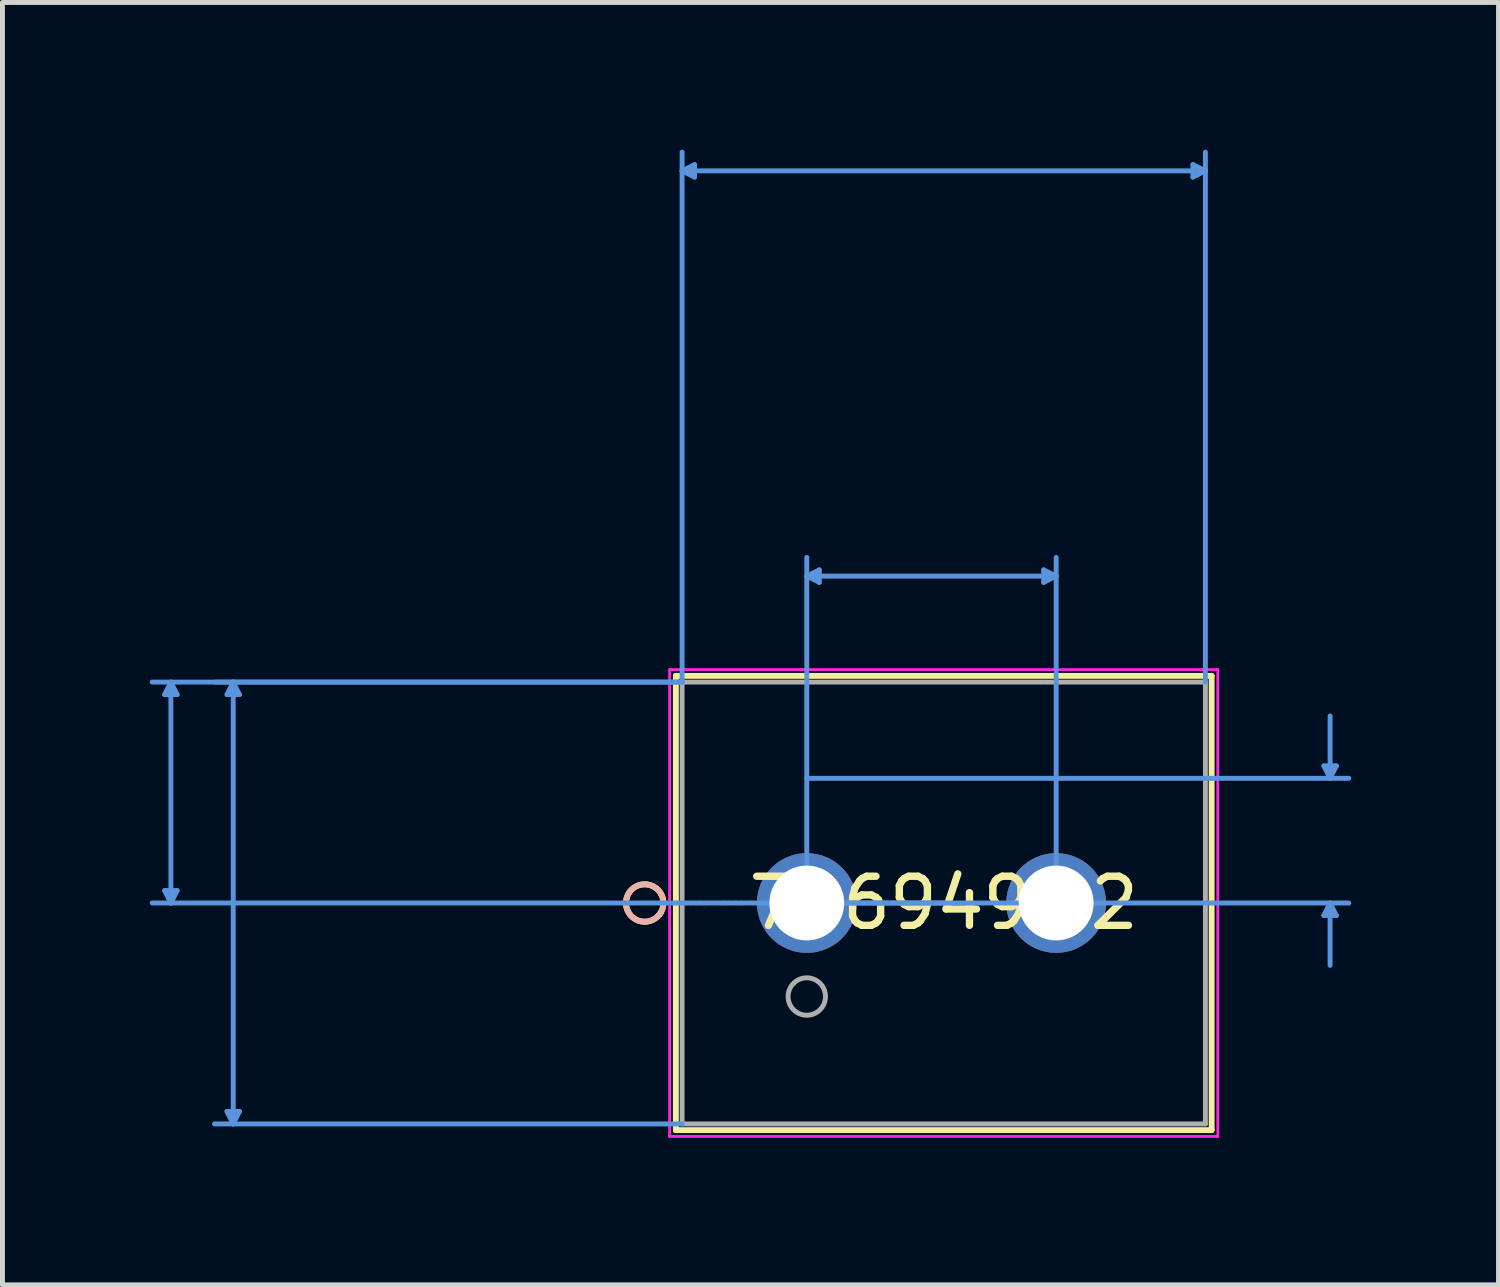
<source format=kicad_pcb>
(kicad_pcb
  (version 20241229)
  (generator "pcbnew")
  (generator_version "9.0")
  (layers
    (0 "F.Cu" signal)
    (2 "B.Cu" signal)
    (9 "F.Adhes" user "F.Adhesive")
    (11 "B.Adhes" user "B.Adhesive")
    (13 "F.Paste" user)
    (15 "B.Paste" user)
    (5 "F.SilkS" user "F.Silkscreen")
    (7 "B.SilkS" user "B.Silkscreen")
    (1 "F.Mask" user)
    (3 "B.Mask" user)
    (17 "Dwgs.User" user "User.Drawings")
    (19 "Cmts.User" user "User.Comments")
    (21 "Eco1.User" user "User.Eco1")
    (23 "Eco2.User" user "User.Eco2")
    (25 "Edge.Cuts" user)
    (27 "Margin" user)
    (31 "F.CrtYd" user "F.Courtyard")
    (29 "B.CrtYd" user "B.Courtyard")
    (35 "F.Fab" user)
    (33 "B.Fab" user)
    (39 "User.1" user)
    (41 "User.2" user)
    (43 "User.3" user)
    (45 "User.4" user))
  (footprint "796949-2"
    (layer "F.Cu")
    (at 13.385 15.345)
    (property "Reference" "796949-2" (at 2.79 0 0) (layer "F.SilkS") (effects (font (size 1 1) (thickness 0.15))))
    (attr through_hole)
    (fp_line (start -2.667 -4.627) (end -2.667 4.627) (stroke (width 0.12) (type solid)) (layer "F.SilkS"))
    (fp_line (start -2.667 4.627) (end 8.247 4.627) (stroke (width 0.12) (type solid)) (layer "F.SilkS"))
    (fp_line (start 8.247 -4.627) (end -2.667 -4.627) (stroke (width 0.12) (type solid)) (layer "F.SilkS"))
    (fp_line (start 8.247 4.627) (end 8.247 -4.627) (stroke (width 0.12) (type solid)) (layer "F.SilkS"))
    (fp_circle (center -3.302 0) (end -2.921 0) (stroke (width 0.12) (type solid)) (fill no) (layer "F.SilkS"))
    (fp_circle (center -3.302 0) (end -2.921 0) (stroke (width 0.12) (type solid)) (fill no) (layer "B.SilkS"))
    (fp_line (start -13.081 -4.246) (end -12.827 -4.246) (stroke (width 0.1) (type solid)) (layer "Cmts.User"))
    (fp_line (start -13.081 -0.254) (end -12.827 -0.254) (stroke (width 0.1) (type solid)) (layer "Cmts.User"))
    (fp_line (start -12.954 -4.5) (end -13.081 -4.246) (stroke (width 0.1) (type solid)) (layer "Cmts.User"))
    (fp_line (start -12.954 -4.5) (end -12.954 0) (stroke (width 0.1) (type solid)) (layer "Cmts.User"))
    (fp_line (start -12.954 -4.5) (end -12.827 -4.246) (stroke (width 0.1) (type solid)) (layer "Cmts.User"))
    (fp_line (start -12.954 0) (end -13.081 -0.254) (stroke (width 0.1) (type solid)) (layer "Cmts.User"))
    (fp_line (start -12.954 0) (end -12.827 -0.254) (stroke (width 0.1) (type solid)) (layer "Cmts.User"))
    (fp_line (start -11.811 -4.246) (end -11.557 -4.246) (stroke (width 0.1) (type solid)) (layer "Cmts.User"))
    (fp_line (start -11.811 4.246) (end -11.557 4.246) (stroke (width 0.1) (type solid)) (layer "Cmts.User"))
    (fp_line (start -11.684 -4.5) (end -11.811 -4.246) (stroke (width 0.1) (type solid)) (layer "Cmts.User"))
    (fp_line (start -11.684 -4.5) (end -11.684 4.5) (stroke (width 0.1) (type solid)) (layer "Cmts.User"))
    (fp_line (start -11.684 -4.5) (end -11.557 -4.246) (stroke (width 0.1) (type solid)) (layer "Cmts.User"))
    (fp_line (start -11.684 4.5) (end -11.811 4.246) (stroke (width 0.1) (type solid)) (layer "Cmts.User"))
    (fp_line (start -11.684 4.5) (end -11.557 4.246) (stroke (width 0.1) (type solid)) (layer "Cmts.User"))
    (fp_line (start -2.54 -14.914) (end -2.286 -15.041) (stroke (width 0.1) (type solid)) (layer "Cmts.User"))
    (fp_line (start -2.54 -14.914) (end -2.286 -14.787) (stroke (width 0.1) (type solid)) (layer "Cmts.User"))
    (fp_line (start -2.54 -14.914) (end 8.12 -14.914) (stroke (width 0.1) (type solid)) (layer "Cmts.User"))
    (fp_line (start -2.54 -4.5) (end -13.335 -4.5) (stroke (width 0.1) (type solid)) (layer "Cmts.User"))
    (fp_line (start -2.54 -4.5) (end -12.065 -4.5) (stroke (width 0.1) (type solid)) (layer "Cmts.User"))
    (fp_line (start -2.54 -4.5) (end -2.54 -15.295) (stroke (width 0.1) (type solid)) (layer "Cmts.User"))
    (fp_line (start -2.54 4.5) (end -12.065 4.5) (stroke (width 0.1) (type solid)) (layer "Cmts.User"))
    (fp_line (start -2.286 -15.041) (end -2.286 -14.787) (stroke (width 0.1) (type solid)) (layer "Cmts.User"))
    (fp_line (start 0 -6.659) (end 0.254 -6.786) (stroke (width 0.1) (type solid)) (layer "Cmts.User"))
    (fp_line (start 0 -6.659) (end 0.254 -6.532) (stroke (width 0.1) (type solid)) (layer "Cmts.User"))
    (fp_line (start 0 -6.659) (end 5.08 -6.659) (stroke (width 0.1) (type solid)) (layer "Cmts.User"))
    (fp_line (start 0 -2.54) (end 11.041 -2.54) (stroke (width 0.1) (type solid)) (layer "Cmts.User"))
    (fp_line (start 0 0) (end 0 -7.04) (stroke (width 0.1) (type solid)) (layer "Cmts.User"))
    (fp_line (start 0 0) (end 11.041 0) (stroke (width 0.1) (type solid)) (layer "Cmts.User"))
    (fp_line (start 0.254 -6.786) (end 0.254 -6.532) (stroke (width 0.1) (type solid)) (layer "Cmts.User"))
    (fp_line (start 2.79 0) (end -13.335 0) (stroke (width 0.1) (type solid)) (layer "Cmts.User"))
    (fp_line (start 4.826 -6.786) (end 4.826 -6.532) (stroke (width 0.1) (type solid)) (layer "Cmts.User"))
    (fp_line (start 5.08 -6.659) (end 4.826 -6.786) (stroke (width 0.1) (type solid)) (layer "Cmts.User"))
    (fp_line (start 5.08 -6.659) (end 4.826 -6.532) (stroke (width 0.1) (type solid)) (layer "Cmts.User"))
    (fp_line (start 5.08 0) (end 5.08 -7.04) (stroke (width 0.1) (type solid)) (layer "Cmts.User"))
    (fp_line (start 7.866 -15.041) (end 7.866 -14.787) (stroke (width 0.1) (type solid)) (layer "Cmts.User"))
    (fp_line (start 8.12 -14.914) (end 7.866 -15.041) (stroke (width 0.1) (type solid)) (layer "Cmts.User"))
    (fp_line (start 8.12 -14.914) (end 7.866 -14.787) (stroke (width 0.1) (type solid)) (layer "Cmts.User"))
    (fp_line (start 8.12 -4.5) (end 8.12 -15.295) (stroke (width 0.1) (type solid)) (layer "Cmts.User"))
    (fp_line (start 10.533 -2.794) (end 10.787 -2.794) (stroke (width 0.1) (type solid)) (layer "Cmts.User"))
    (fp_line (start 10.533 0.254) (end 10.787 0.254) (stroke (width 0.1) (type solid)) (layer "Cmts.User"))
    (fp_line (start 10.66 -2.54) (end 10.533 -2.794) (stroke (width 0.1) (type solid)) (layer "Cmts.User"))
    (fp_line (start 10.66 -2.54) (end 10.66 -3.81) (stroke (width 0.1) (type solid)) (layer "Cmts.User"))
    (fp_line (start 10.66 -2.54) (end 10.787 -2.794) (stroke (width 0.1) (type solid)) (layer "Cmts.User"))
    (fp_line (start 10.66 0) (end 10.533 0.254) (stroke (width 0.1) (type solid)) (layer "Cmts.User"))
    (fp_line (start 10.66 0) (end 10.66 1.27) (stroke (width 0.1) (type solid)) (layer "Cmts.User"))
    (fp_line (start 10.66 0) (end 10.787 0.254) (stroke (width 0.1) (type solid)) (layer "Cmts.User"))
    (fp_line (start -2.794 -4.754) (end -2.794 4.754) (stroke (width 0.05) (type solid)) (layer "F.CrtYd"))
    (fp_line (start -2.794 -4.754) (end -2.794 4.754) (stroke (width 0.05) (type solid)) (layer "F.CrtYd"))
    (fp_line (start -2.794 4.754) (end 8.374 4.754) (stroke (width 0.05) (type solid)) (layer "F.CrtYd"))
    (fp_line (start -2.794 4.754) (end 8.374 4.754) (stroke (width 0.05) (type solid)) (layer "F.CrtYd"))
    (fp_line (start 8.374 -4.754) (end -2.794 -4.754) (stroke (width 0.05) (type solid)) (layer "F.CrtYd"))
    (fp_line (start 8.374 -4.754) (end -2.794 -4.754) (stroke (width 0.05) (type solid)) (layer "F.CrtYd"))
    (fp_line (start 8.374 4.754) (end 8.374 -4.754) (stroke (width 0.05) (type solid)) (layer "F.CrtYd"))
    (fp_line (start 8.374 4.754) (end 8.374 -4.754) (stroke (width 0.05) (type solid)) (layer "F.CrtYd"))
    (fp_line (start -2.54 -4.5) (end -2.54 4.5) (stroke (width 0.1) (type solid)) (layer "F.Fab"))
    (fp_line (start -2.54 4.5) (end 8.12 4.5) (stroke (width 0.1) (type solid)) (layer "F.Fab"))
    (fp_line (start 8.12 -4.5) (end -2.54 -4.5) (stroke (width 0.1) (type solid)) (layer "F.Fab"))
    (fp_line (start 8.12 4.5) (end 8.12 -4.5) (stroke (width 0.1) (type solid)) (layer "F.Fab"))
    (fp_circle (center 0 1.905) (end 0.381 1.905) (stroke (width 0.1) (type solid)) (fill no) (layer "F.Fab"))
    (fp_text user "*" (at 0 0 0) (layer "F.SilkS") (effects (font (size 1 1) (thickness 0.15))))
    (fp_text user "Copyright 2021 Accelerated Designs. All rights reserved." (at 0 0 0) (layer "Cmts.User") (effects (font (size 0.127 0.127) (thickness 0.002))))
    (fp_text user "*" (at 0 0 0) (layer "F.Fab") (effects (font (size 1 1) (thickness 0.15))))
    (pad "1" thru_hole circle (at 0 0) (size 2.032 2.032) (drill 1.524) (layers "*.Cu" "*.Mask"))
    (pad "2" thru_hole circle (at 5.08 0) (size 2.032 2.032) (drill 1.524) (layers "*.Cu" "*.Mask")))
  (gr_rect
    (start -3 -3)
    (end 27.476 23.124)
    (stroke (width 0.1) (type default))
    (fill no)
    (layer "Edge.Cuts")))
</source>
